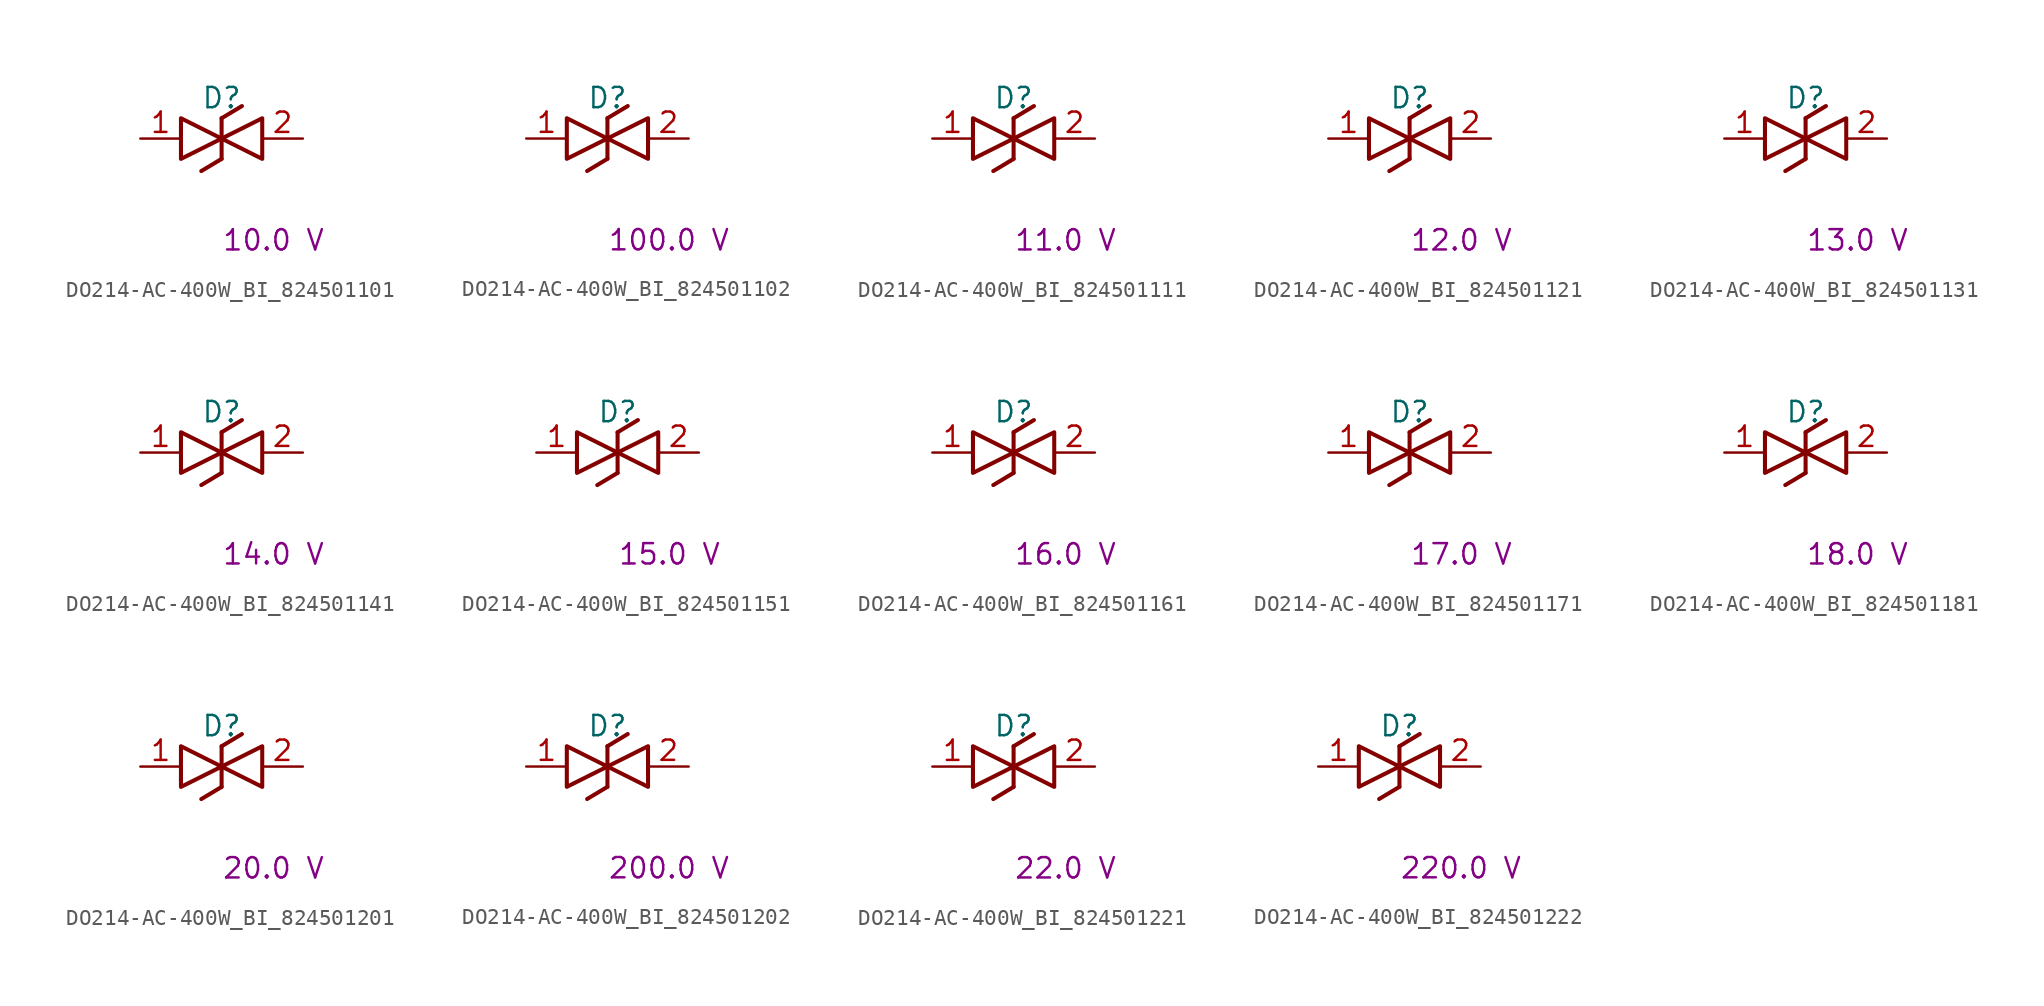
<source format=kicad_sym>
(kicad_symbol_lib
  (version 20220914)
  (generator kicad_symbol_editor)
  (symbol "DO214-AC-400W_BI_824501101"
    (pin_names hide)
    (property "Reference" "D"
      (at 0 2.54 0)
      (effects (font (size 1.27 1.27))))
    (property "Critical Parameter" "10.0 V"
      (at 0 -6.35 0)
      (effects (font (size 1.27 1.27)) (justify left)))
    (symbol "DO214-AC-400W_BI_824501101_0_1"
      (polyline (pts (xy -2.54 1.27) (xy -2.54 -1.27) (xy 2.54 1.27) (xy 2.54 -1.27) (xy -2.54 1.27)) (stroke (width 0.254) (type default)) (fill (type none))))
    (symbol "DO214-AC-400W_BI_824501101_1_1"
      (polyline (pts (xy 0 -1.27) (xy -1.27 -2.032)) (stroke (width 0.254) (type default)) (fill (type none)))
      (polyline (pts (xy 0 1.27) (xy 0 -1.27)) (stroke (width 0.254) (type default)) (fill (type none)))
      (polyline (pts (xy 0 1.27) (xy 1.27 2.032)) (stroke (width 0.254) (type default)) (fill (type none)))
      (pin passive line (at -5.08 0 0) (length 2.54) (name "1" (effects (font (size 1.27 1.27)))) (number "1" (effects (font (size 1.27 1.27)))))
      (pin passive line (at 5.08 0 180) (length 2.54) (name "2" (effects (font (size 1.27 1.27)))) (number "2" (effects (font (size 1.27 1.27)))))))
  (symbol "DO214-AC-400W_BI_824501102"
    (pin_names hide)
    (property "Reference" "D"
      (at 0 2.54 0)
      (effects (font (size 1.27 1.27))))
    (property "Critical Parameter" "100.0 V"
      (at 0 -6.35 0)
      (effects (font (size 1.27 1.27)) (justify left)))
    (symbol "DO214-AC-400W_BI_824501102_0_1"
      (polyline (pts (xy -2.54 1.27) (xy -2.54 -1.27) (xy 2.54 1.27) (xy 2.54 -1.27) (xy -2.54 1.27)) (stroke (width 0.254) (type default)) (fill (type none))))
    (symbol "DO214-AC-400W_BI_824501102_1_1"
      (polyline (pts (xy 0 -1.27) (xy -1.27 -2.032)) (stroke (width 0.254) (type default)) (fill (type none)))
      (polyline (pts (xy 0 1.27) (xy 0 -1.27)) (stroke (width 0.254) (type default)) (fill (type none)))
      (polyline (pts (xy 0 1.27) (xy 1.27 2.032)) (stroke (width 0.254) (type default)) (fill (type none)))
      (pin passive line (at -5.08 0 0) (length 2.54) (name "1" (effects (font (size 1.27 1.27)))) (number "1" (effects (font (size 1.27 1.27)))))
      (pin passive line (at 5.08 0 180) (length 2.54) (name "2" (effects (font (size 1.27 1.27)))) (number "2" (effects (font (size 1.27 1.27)))))))
  (symbol "DO214-AC-400W_BI_824501111"
    (pin_names hide)
    (property "Reference" "D"
      (at 0 2.54 0)
      (effects (font (size 1.27 1.27))))
    (property "Critical Parameter" "11.0 V"
      (at 0 -6.35 0)
      (effects (font (size 1.27 1.27)) (justify left)))
    (symbol "DO214-AC-400W_BI_824501111_0_1"
      (polyline (pts (xy -2.54 1.27) (xy -2.54 -1.27) (xy 2.54 1.27) (xy 2.54 -1.27) (xy -2.54 1.27)) (stroke (width 0.254) (type default)) (fill (type none))))
    (symbol "DO214-AC-400W_BI_824501111_1_1"
      (polyline (pts (xy 0 -1.27) (xy -1.27 -2.032)) (stroke (width 0.254) (type default)) (fill (type none)))
      (polyline (pts (xy 0 1.27) (xy 0 -1.27)) (stroke (width 0.254) (type default)) (fill (type none)))
      (polyline (pts (xy 0 1.27) (xy 1.27 2.032)) (stroke (width 0.254) (type default)) (fill (type none)))
      (pin passive line (at -5.08 0 0) (length 2.54) (name "1" (effects (font (size 1.27 1.27)))) (number "1" (effects (font (size 1.27 1.27)))))
      (pin passive line (at 5.08 0 180) (length 2.54) (name "2" (effects (font (size 1.27 1.27)))) (number "2" (effects (font (size 1.27 1.27)))))))
  (symbol "DO214-AC-400W_BI_824501121"
    (pin_names hide)
    (property "Reference" "D"
      (at 0 2.54 0)
      (effects (font (size 1.27 1.27))))
    (property "Critical Parameter" "12.0 V"
      (at 0 -6.35 0)
      (effects (font (size 1.27 1.27)) (justify left)))
    (symbol "DO214-AC-400W_BI_824501121_0_1"
      (polyline (pts (xy -2.54 1.27) (xy -2.54 -1.27) (xy 2.54 1.27) (xy 2.54 -1.27) (xy -2.54 1.27)) (stroke (width 0.254) (type default)) (fill (type none))))
    (symbol "DO214-AC-400W_BI_824501121_1_1"
      (polyline (pts (xy 0 -1.27) (xy -1.27 -2.032)) (stroke (width 0.254) (type default)) (fill (type none)))
      (polyline (pts (xy 0 1.27) (xy 0 -1.27)) (stroke (width 0.254) (type default)) (fill (type none)))
      (polyline (pts (xy 0 1.27) (xy 1.27 2.032)) (stroke (width 0.254) (type default)) (fill (type none)))
      (pin passive line (at -5.08 0 0) (length 2.54) (name "1" (effects (font (size 1.27 1.27)))) (number "1" (effects (font (size 1.27 1.27)))))
      (pin passive line (at 5.08 0 180) (length 2.54) (name "2" (effects (font (size 1.27 1.27)))) (number "2" (effects (font (size 1.27 1.27)))))))
  (symbol "DO214-AC-400W_BI_824501131"
    (pin_names hide)
    (property "Reference" "D"
      (at 0 2.54 0)
      (effects (font (size 1.27 1.27))))
    (property "Critical Parameter" "13.0 V"
      (at 0 -6.35 0)
      (effects (font (size 1.27 1.27)) (justify left)))
    (symbol "DO214-AC-400W_BI_824501131_0_1"
      (polyline (pts (xy -2.54 1.27) (xy -2.54 -1.27) (xy 2.54 1.27) (xy 2.54 -1.27) (xy -2.54 1.27)) (stroke (width 0.254) (type default)) (fill (type none))))
    (symbol "DO214-AC-400W_BI_824501131_1_1"
      (polyline (pts (xy 0 -1.27) (xy -1.27 -2.032)) (stroke (width 0.254) (type default)) (fill (type none)))
      (polyline (pts (xy 0 1.27) (xy 0 -1.27)) (stroke (width 0.254) (type default)) (fill (type none)))
      (polyline (pts (xy 0 1.27) (xy 1.27 2.032)) (stroke (width 0.254) (type default)) (fill (type none)))
      (pin passive line (at -5.08 0 0) (length 2.54) (name "1" (effects (font (size 1.27 1.27)))) (number "1" (effects (font (size 1.27 1.27)))))
      (pin passive line (at 5.08 0 180) (length 2.54) (name "2" (effects (font (size 1.27 1.27)))) (number "2" (effects (font (size 1.27 1.27)))))))
  (symbol "DO214-AC-400W_BI_824501141"
    (pin_names hide)
    (property "Reference" "D"
      (at 0 2.54 0)
      (effects (font (size 1.27 1.27))))
    (property "Critical Parameter" "14.0 V"
      (at 0 -6.35 0)
      (effects (font (size 1.27 1.27)) (justify left)))
    (symbol "DO214-AC-400W_BI_824501141_0_1"
      (polyline (pts (xy -2.54 1.27) (xy -2.54 -1.27) (xy 2.54 1.27) (xy 2.54 -1.27) (xy -2.54 1.27)) (stroke (width 0.254) (type default)) (fill (type none))))
    (symbol "DO214-AC-400W_BI_824501141_1_1"
      (polyline (pts (xy 0 -1.27) (xy -1.27 -2.032)) (stroke (width 0.254) (type default)) (fill (type none)))
      (polyline (pts (xy 0 1.27) (xy 0 -1.27)) (stroke (width 0.254) (type default)) (fill (type none)))
      (polyline (pts (xy 0 1.27) (xy 1.27 2.032)) (stroke (width 0.254) (type default)) (fill (type none)))
      (pin passive line (at -5.08 0 0) (length 2.54) (name "1" (effects (font (size 1.27 1.27)))) (number "1" (effects (font (size 1.27 1.27)))))
      (pin passive line (at 5.08 0 180) (length 2.54) (name "2" (effects (font (size 1.27 1.27)))) (number "2" (effects (font (size 1.27 1.27)))))))
  (symbol "DO214-AC-400W_BI_824501151"
    (pin_names hide)
    (property "Reference" "D"
      (at 0 2.54 0)
      (effects (font (size 1.27 1.27))))
    (property "Critical Parameter" "15.0 V"
      (at 0 -6.35 0)
      (effects (font (size 1.27 1.27)) (justify left)))
    (symbol "DO214-AC-400W_BI_824501151_0_1"
      (polyline (pts (xy -2.54 1.27) (xy -2.54 -1.27) (xy 2.54 1.27) (xy 2.54 -1.27) (xy -2.54 1.27)) (stroke (width 0.254) (type default)) (fill (type none))))
    (symbol "DO214-AC-400W_BI_824501151_1_1"
      (polyline (pts (xy 0 -1.27) (xy -1.27 -2.032)) (stroke (width 0.254) (type default)) (fill (type none)))
      (polyline (pts (xy 0 1.27) (xy 0 -1.27)) (stroke (width 0.254) (type default)) (fill (type none)))
      (polyline (pts (xy 0 1.27) (xy 1.27 2.032)) (stroke (width 0.254) (type default)) (fill (type none)))
      (pin passive line (at -5.08 0 0) (length 2.54) (name "1" (effects (font (size 1.27 1.27)))) (number "1" (effects (font (size 1.27 1.27)))))
      (pin passive line (at 5.08 0 180) (length 2.54) (name "2" (effects (font (size 1.27 1.27)))) (number "2" (effects (font (size 1.27 1.27)))))))
  (symbol "DO214-AC-400W_BI_824501161"
    (pin_names hide)
    (property "Reference" "D"
      (at 0 2.54 0)
      (effects (font (size 1.27 1.27))))
    (property "Critical Parameter" "16.0 V"
      (at 0 -6.35 0)
      (effects (font (size 1.27 1.27)) (justify left)))
    (symbol "DO214-AC-400W_BI_824501161_0_1"
      (polyline (pts (xy -2.54 1.27) (xy -2.54 -1.27) (xy 2.54 1.27) (xy 2.54 -1.27) (xy -2.54 1.27)) (stroke (width 0.254) (type default)) (fill (type none))))
    (symbol "DO214-AC-400W_BI_824501161_1_1"
      (polyline (pts (xy 0 -1.27) (xy -1.27 -2.032)) (stroke (width 0.254) (type default)) (fill (type none)))
      (polyline (pts (xy 0 1.27) (xy 0 -1.27)) (stroke (width 0.254) (type default)) (fill (type none)))
      (polyline (pts (xy 0 1.27) (xy 1.27 2.032)) (stroke (width 0.254) (type default)) (fill (type none)))
      (pin passive line (at -5.08 0 0) (length 2.54) (name "1" (effects (font (size 1.27 1.27)))) (number "1" (effects (font (size 1.27 1.27)))))
      (pin passive line (at 5.08 0 180) (length 2.54) (name "2" (effects (font (size 1.27 1.27)))) (number "2" (effects (font (size 1.27 1.27)))))))
  (symbol "DO214-AC-400W_BI_824501171"
    (pin_names hide)
    (property "Reference" "D"
      (at 0 2.54 0)
      (effects (font (size 1.27 1.27))))
    (property "Critical Parameter" "17.0 V"
      (at 0 -6.35 0)
      (effects (font (size 1.27 1.27)) (justify left)))
    (symbol "DO214-AC-400W_BI_824501171_0_1"
      (polyline (pts (xy -2.54 1.27) (xy -2.54 -1.27) (xy 2.54 1.27) (xy 2.54 -1.27) (xy -2.54 1.27)) (stroke (width 0.254) (type default)) (fill (type none))))
    (symbol "DO214-AC-400W_BI_824501171_1_1"
      (polyline (pts (xy 0 -1.27) (xy -1.27 -2.032)) (stroke (width 0.254) (type default)) (fill (type none)))
      (polyline (pts (xy 0 1.27) (xy 0 -1.27)) (stroke (width 0.254) (type default)) (fill (type none)))
      (polyline (pts (xy 0 1.27) (xy 1.27 2.032)) (stroke (width 0.254) (type default)) (fill (type none)))
      (pin passive line (at -5.08 0 0) (length 2.54) (name "1" (effects (font (size 1.27 1.27)))) (number "1" (effects (font (size 1.27 1.27)))))
      (pin passive line (at 5.08 0 180) (length 2.54) (name "2" (effects (font (size 1.27 1.27)))) (number "2" (effects (font (size 1.27 1.27)))))))
  (symbol "DO214-AC-400W_BI_824501181"
    (pin_names hide)
    (property "Reference" "D"
      (at 0 2.54 0)
      (effects (font (size 1.27 1.27))))
    (property "Critical Parameter" "18.0 V"
      (at 0 -6.35 0)
      (effects (font (size 1.27 1.27)) (justify left)))
    (symbol "DO214-AC-400W_BI_824501181_0_1"
      (polyline (pts (xy -2.54 1.27) (xy -2.54 -1.27) (xy 2.54 1.27) (xy 2.54 -1.27) (xy -2.54 1.27)) (stroke (width 0.254) (type default)) (fill (type none))))
    (symbol "DO214-AC-400W_BI_824501181_1_1"
      (polyline (pts (xy 0 -1.27) (xy -1.27 -2.032)) (stroke (width 0.254) (type default)) (fill (type none)))
      (polyline (pts (xy 0 1.27) (xy 0 -1.27)) (stroke (width 0.254) (type default)) (fill (type none)))
      (polyline (pts (xy 0 1.27) (xy 1.27 2.032)) (stroke (width 0.254) (type default)) (fill (type none)))
      (pin passive line (at -5.08 0 0) (length 2.54) (name "1" (effects (font (size 1.27 1.27)))) (number "1" (effects (font (size 1.27 1.27)))))
      (pin passive line (at 5.08 0 180) (length 2.54) (name "2" (effects (font (size 1.27 1.27)))) (number "2" (effects (font (size 1.27 1.27)))))))
  (symbol "DO214-AC-400W_BI_824501201"
    (pin_names hide)
    (property "Reference" "D"
      (at 0 2.54 0)
      (effects (font (size 1.27 1.27))))
    (property "Critical Parameter" "20.0 V"
      (at 0 -6.35 0)
      (effects (font (size 1.27 1.27)) (justify left)))
    (symbol "DO214-AC-400W_BI_824501201_0_1"
      (polyline (pts (xy -2.54 1.27) (xy -2.54 -1.27) (xy 2.54 1.27) (xy 2.54 -1.27) (xy -2.54 1.27)) (stroke (width 0.254) (type default)) (fill (type none))))
    (symbol "DO214-AC-400W_BI_824501201_1_1"
      (polyline (pts (xy 0 -1.27) (xy -1.27 -2.032)) (stroke (width 0.254) (type default)) (fill (type none)))
      (polyline (pts (xy 0 1.27) (xy 0 -1.27)) (stroke (width 0.254) (type default)) (fill (type none)))
      (polyline (pts (xy 0 1.27) (xy 1.27 2.032)) (stroke (width 0.254) (type default)) (fill (type none)))
      (pin passive line (at -5.08 0 0) (length 2.54) (name "1" (effects (font (size 1.27 1.27)))) (number "1" (effects (font (size 1.27 1.27)))))
      (pin passive line (at 5.08 0 180) (length 2.54) (name "2" (effects (font (size 1.27 1.27)))) (number "2" (effects (font (size 1.27 1.27)))))))
  (symbol "DO214-AC-400W_BI_824501202"
    (pin_names hide)
    (property "Reference" "D"
      (at 0 2.54 0)
      (effects (font (size 1.27 1.27))))
    (property "Critical Parameter" "200.0 V"
      (at 0 -6.35 0)
      (effects (font (size 1.27 1.27)) (justify left)))
    (symbol "DO214-AC-400W_BI_824501202_0_1"
      (polyline (pts (xy -2.54 1.27) (xy -2.54 -1.27) (xy 2.54 1.27) (xy 2.54 -1.27) (xy -2.54 1.27)) (stroke (width 0.254) (type default)) (fill (type none))))
    (symbol "DO214-AC-400W_BI_824501202_1_1"
      (polyline (pts (xy 0 -1.27) (xy -1.27 -2.032)) (stroke (width 0.254) (type default)) (fill (type none)))
      (polyline (pts (xy 0 1.27) (xy 0 -1.27)) (stroke (width 0.254) (type default)) (fill (type none)))
      (polyline (pts (xy 0 1.27) (xy 1.27 2.032)) (stroke (width 0.254) (type default)) (fill (type none)))
      (pin passive line (at -5.08 0 0) (length 2.54) (name "1" (effects (font (size 1.27 1.27)))) (number "1" (effects (font (size 1.27 1.27)))))
      (pin passive line (at 5.08 0 180) (length 2.54) (name "2" (effects (font (size 1.27 1.27)))) (number "2" (effects (font (size 1.27 1.27)))))))
  (symbol "DO214-AC-400W_BI_824501221"
    (pin_names hide)
    (property "Reference" "D"
      (at 0 2.54 0)
      (effects (font (size 1.27 1.27))))
    (property "Critical Parameter" "22.0 V"
      (at 0 -6.35 0)
      (effects (font (size 1.27 1.27)) (justify left)))
    (symbol "DO214-AC-400W_BI_824501221_0_1"
      (polyline (pts (xy -2.54 1.27) (xy -2.54 -1.27) (xy 2.54 1.27) (xy 2.54 -1.27) (xy -2.54 1.27)) (stroke (width 0.254) (type default)) (fill (type none))))
    (symbol "DO214-AC-400W_BI_824501221_1_1"
      (polyline (pts (xy 0 -1.27) (xy -1.27 -2.032)) (stroke (width 0.254) (type default)) (fill (type none)))
      (polyline (pts (xy 0 1.27) (xy 0 -1.27)) (stroke (width 0.254) (type default)) (fill (type none)))
      (polyline (pts (xy 0 1.27) (xy 1.27 2.032)) (stroke (width 0.254) (type default)) (fill (type none)))
      (pin passive line (at -5.08 0 0) (length 2.54) (name "1" (effects (font (size 1.27 1.27)))) (number "1" (effects (font (size 1.27 1.27)))))
      (pin passive line (at 5.08 0 180) (length 2.54) (name "2" (effects (font (size 1.27 1.27)))) (number "2" (effects (font (size 1.27 1.27)))))))
  (symbol "DO214-AC-400W_BI_824501222"
    (pin_names hide)
    (property "Reference" "D"
      (at 0 2.54 0)
      (effects (font (size 1.27 1.27))))
    (property "Critical Parameter" "220.0 V"
      (at 0 -6.35 0)
      (effects (font (size 1.27 1.27)) (justify left)))
    (symbol "DO214-AC-400W_BI_824501222_0_1"
      (polyline (pts (xy -2.54 1.27) (xy -2.54 -1.27) (xy 2.54 1.27) (xy 2.54 -1.27) (xy -2.54 1.27)) (stroke (width 0.254) (type default)) (fill (type none))))
    (symbol "DO214-AC-400W_BI_824501222_1_1"
      (polyline (pts (xy 0 -1.27) (xy -1.27 -2.032)) (stroke (width 0.254) (type default)) (fill (type none)))
      (polyline (pts (xy 0 1.27) (xy 0 -1.27)) (stroke (width 0.254) (type default)) (fill (type none)))
      (polyline (pts (xy 0 1.27) (xy 1.27 2.032)) (stroke (width 0.254) (type default)) (fill (type none)))
      (pin passive line (at -5.08 0 0) (length 2.54) (name "1" (effects (font (size 1.27 1.27)))) (number "1" (effects (font (size 1.27 1.27)))))
      (pin passive line (at 5.08 0 180) (length 2.54) (name "2" (effects (font (size 1.27 1.27)))) (number "2" (effects (font (size 1.27 1.27))))))))
</source>
